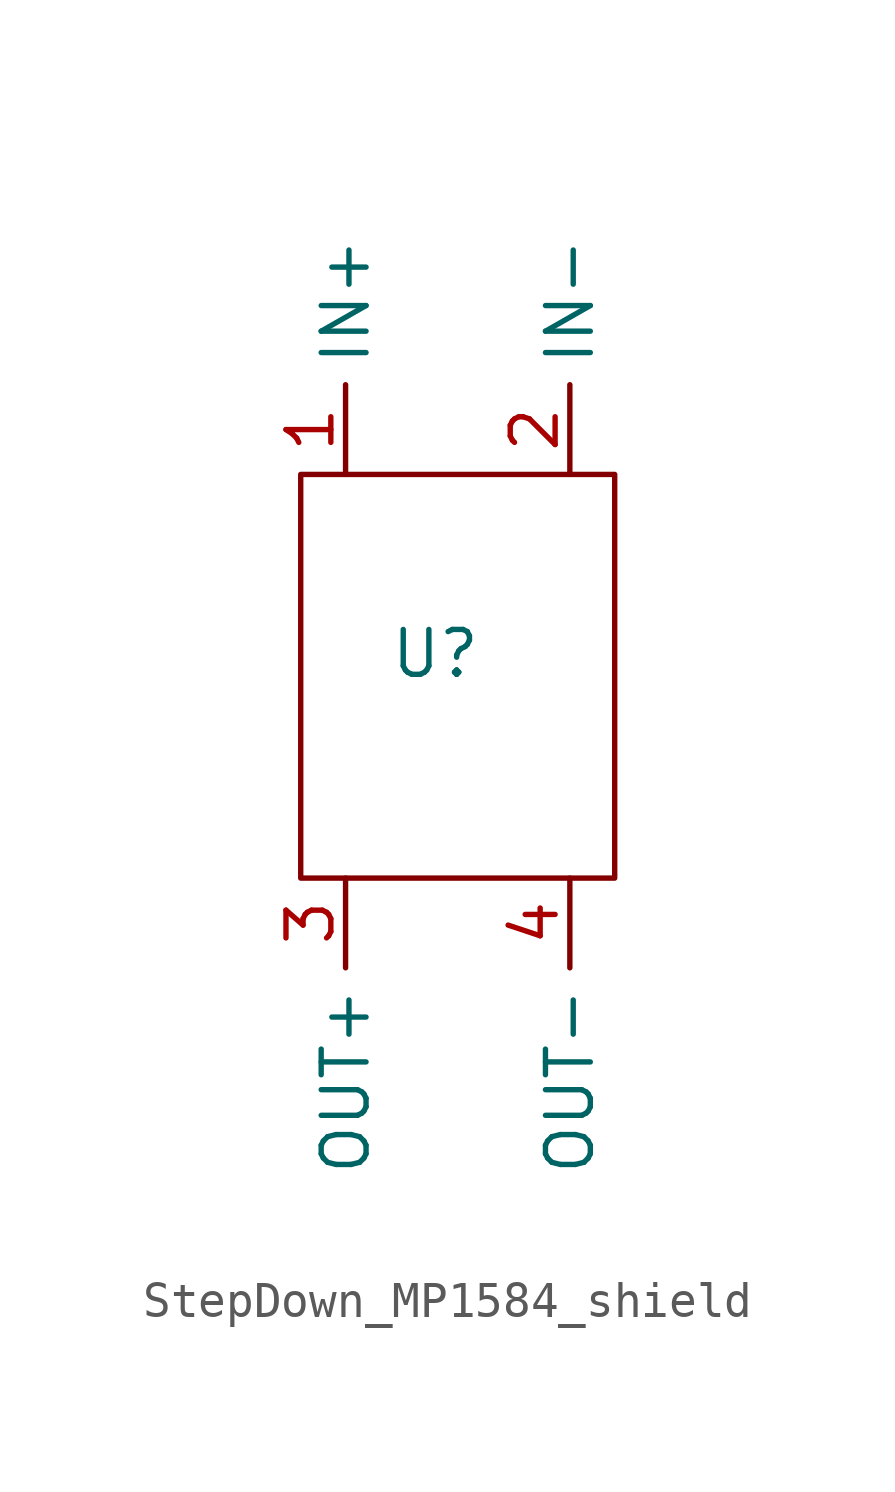
<source format=kicad_sym>
(kicad_symbol_lib
  (version 20220914)
  (generator kicad_symbol_editor)
  (symbol "StepDown_MP1584_shield"
    (property "Reference" "U"
      (at 0 0 0)
      (effects (font (size 1.27 1.27))))
    (property "Value" ""
      (at 0 0 0)
      (effects (font (size 1.27 1.27))))
    (symbol "StepDown_MP1584_shield_0_1"
      (rectangle (start -3.81 5.08) (end 5.08 -6.35) (stroke (width 0) (type default)) (fill (type none))))
    (symbol "StepDown_MP1584_shield_1_1"
      (pin input line (at -2.54 5.08 90) (length 2.54) (name "IN+" (effects (font (size 1.27 1.27)))) (number "1" (effects (font (size 1.27 1.27)))))
      (pin input line (at 3.81 5.08 90) (length 2.54) (name "IN-" (effects (font (size 1.27 1.27)))) (number "2" (effects (font (size 1.27 1.27)))))
      (pin output line (at -2.54 -6.35 270) (length 2.54) (name "OUT+" (effects (font (size 1.27 1.27)))) (number "3" (effects (font (size 1.27 1.27)))))
      (pin output line (at 3.81 -6.35 270) (length 2.54) (name "OUT-" (effects (font (size 1.27 1.27)))) (number "4" (effects (font (size 1.27 1.27))))))))
</source>
